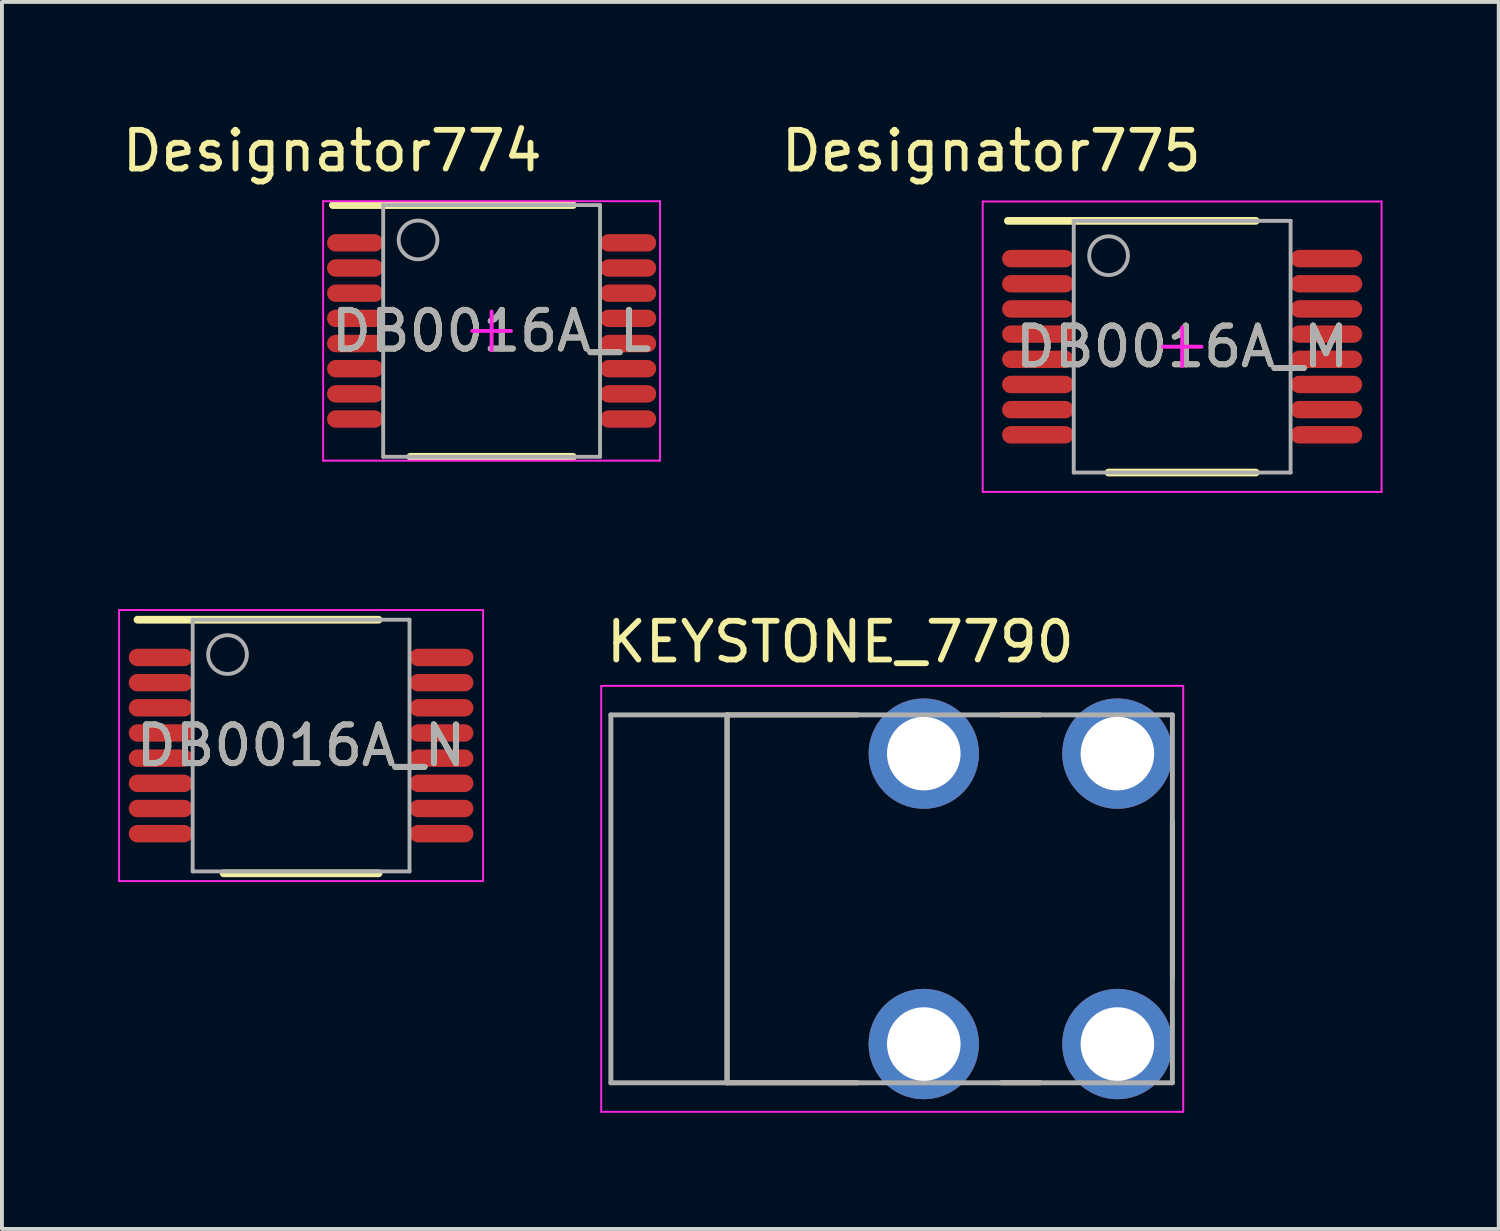
<source format=kicad_pcb>
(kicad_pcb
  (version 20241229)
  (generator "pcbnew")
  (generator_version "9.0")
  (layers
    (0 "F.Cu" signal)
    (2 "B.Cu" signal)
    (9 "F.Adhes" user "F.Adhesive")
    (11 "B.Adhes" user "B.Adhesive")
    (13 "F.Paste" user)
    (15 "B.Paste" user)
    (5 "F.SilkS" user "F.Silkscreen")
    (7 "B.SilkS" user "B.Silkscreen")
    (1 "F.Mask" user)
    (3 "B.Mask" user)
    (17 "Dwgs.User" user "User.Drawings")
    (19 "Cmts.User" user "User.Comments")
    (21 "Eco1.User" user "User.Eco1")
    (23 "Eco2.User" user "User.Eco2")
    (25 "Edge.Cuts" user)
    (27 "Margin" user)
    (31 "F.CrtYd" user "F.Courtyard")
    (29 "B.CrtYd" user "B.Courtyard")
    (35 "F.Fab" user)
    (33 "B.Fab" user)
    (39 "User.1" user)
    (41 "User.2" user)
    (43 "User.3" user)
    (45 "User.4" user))
  (footprint "DB0016A_L"
    (layer "F.Cu")
    (at 9.645 5.496)
    (property "Reference" "DB0016A_L" (at 0 0 0) (unlocked yes) (layer "F.SilkS") (effects (font (size 1 1) (thickness 0.15))))
    (attr smd)
    (fp_line (start -4.1 -3.25) (end 2.1 -3.25) (stroke (width 0.2) (type solid)) (layer "F.SilkS"))
    (fp_line (start -2.1 3.25) (end 2.1 3.25) (stroke (width 0.2) (type solid)) (layer "F.SilkS"))
    (fp_line (start -4.35 -3.35) (end 4.35 -3.35) (stroke (width 0.05) (type solid)) (layer "F.CrtYd"))
    (fp_line (start -4.35 3.35) (end -4.35 -3.35) (stroke (width 0.05) (type solid)) (layer "F.CrtYd"))
    (fp_line (start -4.35 3.35) (end 4.35 3.35) (stroke (width 0.05) (type solid)) (layer "F.CrtYd"))
    (fp_line (start -0.5 0) (end 0.5 0) (stroke (width 0.1) (type solid)) (layer "F.CrtYd"))
    (fp_line (start 0 0.5) (end 0 -0.5) (stroke (width 0.1) (type solid)) (layer "F.CrtYd"))
    (fp_line (start 4.35 3.35) (end 4.35 -3.35) (stroke (width 0.05) (type solid)) (layer "F.CrtYd"))
    (fp_line (start -2.8 -3.25) (end 2.8 -3.25) (stroke (width 0.1) (type solid)) (layer "F.Fab"))
    (fp_line (start -2.8 3.25) (end -2.8 -3.25) (stroke (width 0.1) (type solid)) (layer "F.Fab"))
    (fp_line (start -2.8 3.25) (end 2.8 3.25) (stroke (width 0.1) (type solid)) (layer "F.Fab"))
    (fp_line (start 2.8 3.25) (end 2.8 -3.25) (stroke (width 0.1) (type solid)) (layer "F.Fab"))
    (fp_circle (center -1.9 -2.35) (end -1.4 -2.35) (stroke (width 0.1) (type solid)) (fill no) (layer "F.Fab"))
    (fp_text user "Designator774" (at -4.115 -4.648 0) (unlocked yes) (layer "F.SilkS") (effects (font (size 1 1) (thickness 0.15))))
    (fp_text user "${REFERENCE}" (at 0 0 0) (unlocked yes) (layer "F.Fab") (effects (font (size 1 1) (thickness 0.15))))
    (pad "1" smd oval (at -3.525 -2.275 90) (size 0.45 1.45) (layers "F.Cu" "F.Mask" "F.Paste"))
    (pad "2" smd oval (at -3.525 -1.625 90) (size 0.45 1.45) (layers "F.Cu" "F.Mask" "F.Paste"))
    (pad "3" smd oval (at -3.525 -0.975 90) (size 0.45 1.45) (layers "F.Cu" "F.Mask" "F.Paste"))
    (pad "4" smd oval (at -3.525 -0.325 90) (size 0.45 1.45) (layers "F.Cu" "F.Mask" "F.Paste"))
    (pad "5" smd oval (at -3.525 0.325 90) (size 0.45 1.45) (layers "F.Cu" "F.Mask" "F.Paste"))
    (pad "6" smd oval (at -3.525 0.975 90) (size 0.45 1.45) (layers "F.Cu" "F.Mask" "F.Paste"))
    (pad "7" smd oval (at -3.525 1.625 90) (size 0.45 1.45) (layers "F.Cu" "F.Mask" "F.Paste"))
    (pad "8" smd oval (at -3.525 2.275 90) (size 0.45 1.45) (layers "F.Cu" "F.Mask" "F.Paste"))
    (pad "9" smd oval (at 3.525 2.275 90) (size 0.45 1.45) (layers "F.Cu" "F.Mask" "F.Paste"))
    (pad "10" smd oval (at 3.525 1.625 90) (size 0.45 1.45) (layers "F.Cu" "F.Mask" "F.Paste"))
    (pad "11" smd oval (at 3.525 0.975 90) (size 0.45 1.45) (layers "F.Cu" "F.Mask" "F.Paste"))
    (pad "12" smd oval (at 3.525 0.325 90) (size 0.45 1.45) (layers "F.Cu" "F.Mask" "F.Paste"))
    (pad "13" smd oval (at 3.525 -0.325 90) (size 0.45 1.45) (layers "F.Cu" "F.Mask" "F.Paste"))
    (pad "14" smd oval (at 3.525 -0.975 90) (size 0.45 1.45) (layers "F.Cu" "F.Mask" "F.Paste"))
    (pad "15" smd oval (at 3.525 -1.625 90) (size 0.45 1.45) (layers "F.Cu" "F.Mask" "F.Paste"))
    (pad "16" smd oval (at 3.525 -2.275 90) (size 0.45 1.45) (layers "F.Cu" "F.Mask" "F.Paste")))
  (footprint "KEYSTONE_7790"
    (layer "F.Cu")
    (at 23.305 20.161)
    (property "Reference" "KEYSTONE_7790" (at -4.655 -6.635 0) (layer "F.SilkS") (effects (font (size 1 1) (thickness 0.15))))
    (attr through_hole)
    (fp_line (start -7.58 -4.75) (end -7.58 4.75) (stroke (width 0.127) (type solid)) (layer "F.SilkS"))
    (fp_line (start -7.58 4.75) (end -4.21 4.75) (stroke (width 0.127) (type solid)) (layer "F.SilkS"))
    (fp_line (start -4.21 -4.75) (end -7.58 -4.75) (stroke (width 0.127) (type solid)) (layer "F.SilkS"))
    (fp_line (start 0.5 -4.75) (end -0.5 -4.75) (stroke (width 0.127) (type solid)) (layer "F.SilkS"))
    (fp_line (start 0.5 4.75) (end -0.5 4.75) (stroke (width 0.127) (type solid)) (layer "F.SilkS"))
    (fp_line (start 3.92 -2) (end 3.92 2) (stroke (width 0.127) (type solid)) (layer "F.SilkS"))
    (fp_line (start -10.83 -5.5) (end -10.83 5.5) (stroke (width 0.05) (type solid)) (layer "F.CrtYd"))
    (fp_line (start -10.83 5.5) (end 4.2 5.5) (stroke (width 0.05) (type solid)) (layer "F.CrtYd"))
    (fp_line (start 4.2 -5.5) (end -10.83 -5.5) (stroke (width 0.05) (type solid)) (layer "F.CrtYd"))
    (fp_line (start 4.2 5.5) (end 4.2 -5.5) (stroke (width 0.05) (type solid)) (layer "F.CrtYd"))
    (fp_line (start -10.58 -4.75) (end -10.58 4.75) (stroke (width 0.127) (type solid)) (layer "F.Fab"))
    (fp_line (start -10.58 4.75) (end -7.58 4.75) (stroke (width 0.127) (type solid)) (layer "F.Fab"))
    (fp_line (start -7.58 -4.75) (end -10.58 -4.75) (stroke (width 0.127) (type solid)) (layer "F.Fab"))
    (fp_line (start -7.58 -4.75) (end -7.58 4.75) (stroke (width 0.127) (type solid)) (layer "F.Fab"))
    (fp_line (start -7.58 4.75) (end 3.92 4.75) (stroke (width 0.127) (type solid)) (layer "F.Fab"))
    (fp_line (start 3.92 -4.75) (end -7.58 -4.75) (stroke (width 0.127) (type solid)) (layer "F.Fab"))
    (fp_line (start 3.92 4.75) (end 3.92 -4.75) (stroke (width 0.127) (type solid)) (layer "F.Fab"))
    (pad "1_1" thru_hole circle (at -2.5 -3.75) (size 2.85 2.85) (drill 1.9) (layers "*.Cu" "*.Mask"))
    (pad "1_2" thru_hole circle (at 2.5 -3.75) (size 2.85 2.85) (drill 1.9) (layers "*.Cu" "*.Mask"))
    (pad "1_3" thru_hole circle (at -2.5 3.75) (size 2.85 2.85) (drill 1.9) (layers "*.Cu" "*.Mask"))
    (pad "1_4" thru_hole circle (at 2.5 3.75) (size 2.85 2.85) (drill 1.9) (layers "*.Cu" "*.Mask")))
  (footprint "DB0016A_M"
    (layer "F.Cu")
    (at 27.477 5.903)
    (property "Reference" "DB0016A_M" (at 0 0 0) (unlocked yes) (layer "F.SilkS") (effects (font (size 1 1) (thickness 0.15))))
    (attr smd)
    (fp_line (start -4.5 -3.25) (end 1.9 -3.25) (stroke (width 0.2) (type solid)) (layer "F.SilkS"))
    (fp_line (start -1.9 3.25) (end 1.9 3.25) (stroke (width 0.2) (type solid)) (layer "F.SilkS"))
    (fp_line (start -5.15 -3.75) (end 5.15 -3.75) (stroke (width 0.05) (type solid)) (layer "F.CrtYd"))
    (fp_line (start -5.15 3.75) (end -5.15 -3.75) (stroke (width 0.05) (type solid)) (layer "F.CrtYd"))
    (fp_line (start -5.15 3.75) (end 5.15 3.75) (stroke (width 0.05) (type solid)) (layer "F.CrtYd"))
    (fp_line (start -0.5 0) (end 0.5 0) (stroke (width 0.1) (type solid)) (layer "F.CrtYd"))
    (fp_line (start 0 0.5) (end 0 -0.5) (stroke (width 0.1) (type solid)) (layer "F.CrtYd"))
    (fp_line (start 5.15 3.75) (end 5.15 -3.75) (stroke (width 0.05) (type solid)) (layer "F.CrtYd"))
    (fp_line (start -2.8 -3.25) (end 2.8 -3.25) (stroke (width 0.1) (type solid)) (layer "F.Fab"))
    (fp_line (start -2.8 3.25) (end -2.8 -3.25) (stroke (width 0.1) (type solid)) (layer "F.Fab"))
    (fp_line (start -2.8 3.25) (end 2.8 3.25) (stroke (width 0.1) (type solid)) (layer "F.Fab"))
    (fp_line (start 2.8 3.25) (end 2.8 -3.25) (stroke (width 0.1) (type solid)) (layer "F.Fab"))
    (fp_circle (center -1.9 -2.35) (end -1.4 -2.35) (stroke (width 0.1) (type solid)) (fill no) (layer "F.Fab"))
    (fp_text user "Designator775" (at -4.928 -5.055 0) (unlocked yes) (layer "F.SilkS") (effects (font (size 1 1) (thickness 0.15))))
    (fp_text user "${REFERENCE}" (at 0 0 0) (unlocked yes) (layer "F.Fab") (effects (font (size 1 1) (thickness 0.15))))
    (pad "1" smd oval (at -3.725 -2.275 90) (size 0.45 1.85) (layers "F.Cu" "F.Mask" "F.Paste"))
    (pad "2" smd oval (at -3.725 -1.625 90) (size 0.45 1.85) (layers "F.Cu" "F.Mask" "F.Paste"))
    (pad "3" smd oval (at -3.725 -0.975 90) (size 0.45 1.85) (layers "F.Cu" "F.Mask" "F.Paste"))
    (pad "4" smd oval (at -3.725 -0.325 90) (size 0.45 1.85) (layers "F.Cu" "F.Mask" "F.Paste"))
    (pad "5" smd oval (at -3.725 0.325 90) (size 0.45 1.85) (layers "F.Cu" "F.Mask" "F.Paste"))
    (pad "6" smd oval (at -3.725 0.975 90) (size 0.45 1.85) (layers "F.Cu" "F.Mask" "F.Paste"))
    (pad "7" smd oval (at -3.725 1.625 90) (size 0.45 1.85) (layers "F.Cu" "F.Mask" "F.Paste"))
    (pad "8" smd oval (at -3.725 2.275 90) (size 0.45 1.85) (layers "F.Cu" "F.Mask" "F.Paste"))
    (pad "9" smd oval (at 3.725 2.275 90) (size 0.45 1.85) (layers "F.Cu" "F.Mask" "F.Paste"))
    (pad "10" smd oval (at 3.725 1.625 90) (size 0.45 1.85) (layers "F.Cu" "F.Mask" "F.Paste"))
    (pad "11" smd oval (at 3.725 0.975 90) (size 0.45 1.85) (layers "F.Cu" "F.Mask" "F.Paste"))
    (pad "12" smd oval (at 3.725 0.325 90) (size 0.45 1.85) (layers "F.Cu" "F.Mask" "F.Paste"))
    (pad "13" smd oval (at 3.725 -0.325 90) (size 0.45 1.85) (layers "F.Cu" "F.Mask" "F.Paste"))
    (pad "14" smd oval (at 3.725 -0.975 90) (size 0.45 1.85) (layers "F.Cu" "F.Mask" "F.Paste"))
    (pad "15" smd oval (at 3.725 -1.625 90) (size 0.45 1.85) (layers "F.Cu" "F.Mask" "F.Paste"))
    (pad "16" smd oval (at 3.725 -2.275 90) (size 0.45 1.85) (layers "F.Cu" "F.Mask" "F.Paste")))
  (footprint "DB0016A_N"
    (layer "F.Cu")
    (at 4.725 16.203)
    (property "Reference" "DB0016A_N" (at 0 0 0) (unlocked yes) (layer "F.SilkS") (effects (font (size 1 1) (thickness 0.15))))
    (attr smd)
    (fp_line (start -4.225 -3.25) (end 2 -3.25) (stroke (width 0.2) (type solid)) (layer "F.SilkS"))
    (fp_line (start -2 3.3) (end 2 3.3) (stroke (width 0.2) (type solid)) (layer "F.SilkS"))
    (fp_line (start -4.7 -3.5) (end 4.7 -3.5) (stroke (width 0.05) (type solid)) (layer "F.CrtYd"))
    (fp_line (start -4.7 3.5) (end -4.7 -3.5) (stroke (width 0.05) (type solid)) (layer "F.CrtYd"))
    (fp_line (start -4.7 3.5) (end 4.7 3.5) (stroke (width 0.05) (type solid)) (layer "F.CrtYd"))
    (fp_line (start 4.7 3.5) (end 4.7 -3.5) (stroke (width 0.05) (type solid)) (layer "F.CrtYd"))
    (fp_line (start -2.8 -3.25) (end 2.8 -3.25) (stroke (width 0.1) (type solid)) (layer "F.Fab"))
    (fp_line (start -2.8 3.25) (end -2.8 -3.25) (stroke (width 0.1) (type solid)) (layer "F.Fab"))
    (fp_line (start -2.8 3.25) (end 2.8 3.25) (stroke (width 0.1) (type solid)) (layer "F.Fab"))
    (fp_line (start 2.8 3.25) (end 2.8 -3.25) (stroke (width 0.1) (type solid)) (layer "F.Fab"))
    (fp_circle (center -1.9 -2.35) (end -1.4 -2.35) (stroke (width 0.1) (type solid)) (fill no) (layer "F.Fab"))
    (fp_text user "${REFERENCE}" (at 0 0 0) (unlocked yes) (layer "F.Fab") (effects (font (size 1 1) (thickness 0.15))))
    (pad "1" smd oval (at -3.625 -2.275 90) (size 0.45 1.65) (layers "F.Cu" "F.Mask" "F.Paste"))
    (pad "2" smd oval (at -3.625 -1.625 90) (size 0.45 1.65) (layers "F.Cu" "F.Mask" "F.Paste"))
    (pad "3" smd oval (at -3.625 -0.975 90) (size 0.45 1.65) (layers "F.Cu" "F.Mask" "F.Paste"))
    (pad "4" smd oval (at -3.625 -0.325 90) (size 0.45 1.65) (layers "F.Cu" "F.Mask" "F.Paste"))
    (pad "5" smd oval (at -3.625 0.325 90) (size 0.45 1.65) (layers "F.Cu" "F.Mask" "F.Paste"))
    (pad "6" smd oval (at -3.625 0.975 90) (size 0.45 1.65) (layers "F.Cu" "F.Mask" "F.Paste"))
    (pad "7" smd oval (at -3.625 1.625 90) (size 0.45 1.65) (layers "F.Cu" "F.Mask" "F.Paste"))
    (pad "8" smd oval (at -3.625 2.275 90) (size 0.45 1.65) (layers "F.Cu" "F.Mask" "F.Paste"))
    (pad "9" smd oval (at 3.625 2.275 90) (size 0.45 1.65) (layers "F.Cu" "F.Mask" "F.Paste"))
    (pad "10" smd oval (at 3.625 1.625 90) (size 0.45 1.65) (layers "F.Cu" "F.Mask" "F.Paste"))
    (pad "11" smd oval (at 3.625 0.975 90) (size 0.45 1.65) (layers "F.Cu" "F.Mask" "F.Paste"))
    (pad "12" smd oval (at 3.625 0.325 90) (size 0.45 1.65) (layers "F.Cu" "F.Mask" "F.Paste"))
    (pad "13" smd oval (at 3.625 -0.325 90) (size 0.45 1.65) (layers "F.Cu" "F.Mask" "F.Paste"))
    (pad "14" smd oval (at 3.625 -0.975 90) (size 0.45 1.65) (layers "F.Cu" "F.Mask" "F.Paste"))
    (pad "15" smd oval (at 3.625 -1.625 90) (size 0.45 1.65) (layers "F.Cu" "F.Mask" "F.Paste"))
    (pad "16" smd oval (at 3.625 -2.275 90) (size 0.45 1.65) (layers "F.Cu" "F.Mask" "F.Paste")))
  (gr_rect
    (start -3 -3)
    (end 35.652 28.686)
    (stroke (width 0.1) (type default))
    (fill no)
    (layer "Edge.Cuts")))
</source>
